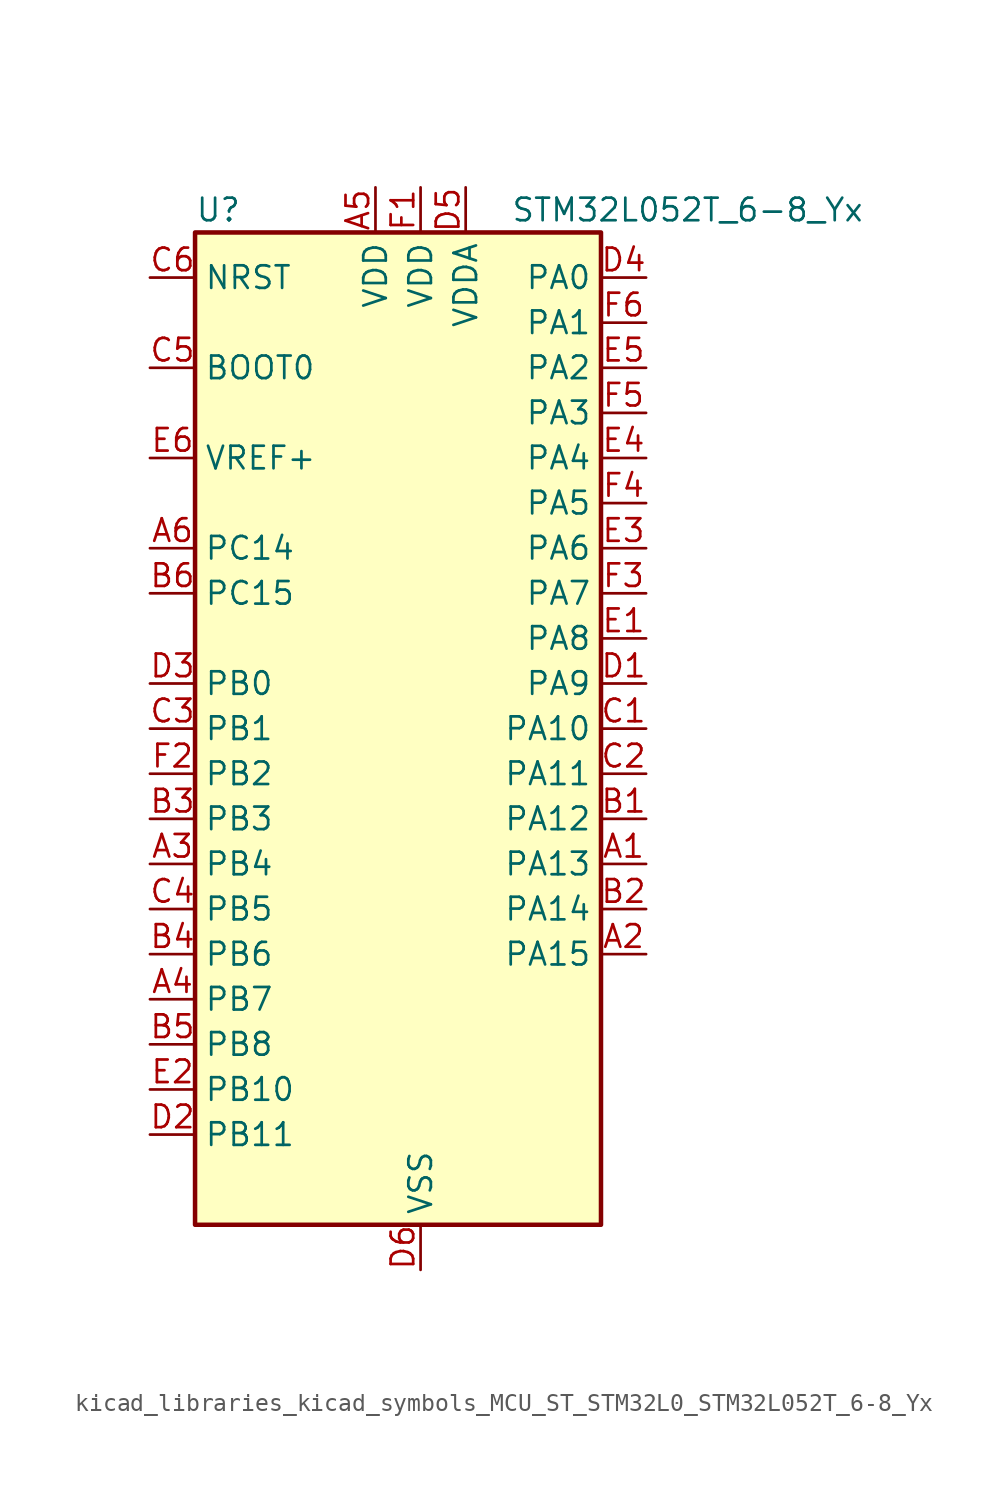
<source format=kicad_sym>
(kicad_symbol_lib
  (version 20220914)
  (generator kicad_symbol_editor)
  (symbol "kicad_libraries_kicad_symbols_MCU_ST_STM32L0_STM32L052T_6-8_Yx"
    (property "Reference" "U"
      (at -10.16 29.21 0)
      (effects (font (size 1.27 1.27)) (justify left)))
    (property "Value" "STM32L052T_6-8_Yx"
      (at 7.62 29.21 0)
      (effects (font (size 1.27 1.27)) (justify left)))
    (property "ki_locked" ""
      (at 0 0 0)
      (effects (font (size 1.27 1.27))))
    (symbol "kicad_libraries_kicad_symbols_MCU_ST_STM32L0_STM32L052T_6-8_Yx_0_1"
      (rectangle (start -10.16 -27.94) (end 12.7 27.94) (stroke (width 0.254) (type default)) (fill (type background))))
    (symbol "kicad_libraries_kicad_symbols_MCU_ST_STM32L0_STM32L052T_6-8_Yx_1_1"
      (pin bidirectional line (at 15.24 -7.62 180) (length 2.54) (name "PA13" (effects (font (size 1.27 1.27)))) (number "A1" (effects (font (size 1.27 1.27)))) (alternate "SYS_SWDIO" bidirectional line) (alternate "USB_NOE" bidirectional line))
      (pin bidirectional line (at 15.24 -12.7 180) (length 2.54) (name "PA15" (effects (font (size 1.27 1.27)))) (number "A2" (effects (font (size 1.27 1.27)))) (alternate "SPI1_NSS" bidirectional line) (alternate "TIM2_CH1" bidirectional line) (alternate "TIM2_ETR" bidirectional line) (alternate "USART2_RX" bidirectional line))
      (pin bidirectional line (at -12.7 -7.62 0) (length 2.54) (name "PB4" (effects (font (size 1.27 1.27)))) (number "A3" (effects (font (size 1.27 1.27)))) (alternate "COMP2_INP" bidirectional line) (alternate "SPI1_MISO" bidirectional line) (alternate "TIM22_CH1" bidirectional line) (alternate "TSC_G5_IO2" bidirectional line))
      (pin bidirectional line (at -12.7 -15.24 0) (length 2.54) (name "PB7" (effects (font (size 1.27 1.27)))) (number "A4" (effects (font (size 1.27 1.27)))) (alternate "COMP2_INP" bidirectional line) (alternate "I2C1_SDA" bidirectional line) (alternate "LPTIM1_IN2" bidirectional line) (alternate "SYS_PVD_IN" bidirectional line) (alternate "TSC_G5_IO4" bidirectional line) (alternate "USART1_RX" bidirectional line))
      (pin power_in line (at 0 30.48 270) (length 2.54) (name "VDD" (effects (font (size 1.27 1.27)))) (number "A5" (effects (font (size 1.27 1.27)))))
      (pin bidirectional line (at -12.7 10.16 0) (length 2.54) (name "PC14" (effects (font (size 1.27 1.27)))) (number "A6" (effects (font (size 1.27 1.27)))) (alternate "RCC_OSC32_IN" bidirectional line))
      (pin bidirectional line (at 15.24 -5.08 180) (length 2.54) (name "PA12" (effects (font (size 1.27 1.27)))) (number "B1" (effects (font (size 1.27 1.27)))) (alternate "COMP2_OUT" bidirectional line) (alternate "SPI1_MOSI" bidirectional line) (alternate "TSC_G4_IO4" bidirectional line) (alternate "USART1_DE" bidirectional line) (alternate "USART1_RTS" bidirectional line) (alternate "USB_DP" bidirectional line))
      (pin bidirectional line (at 15.24 -10.16 180) (length 2.54) (name "PA14" (effects (font (size 1.27 1.27)))) (number "B2" (effects (font (size 1.27 1.27)))) (alternate "SYS_SWCLK" bidirectional line) (alternate "USART2_TX" bidirectional line))
      (pin bidirectional line (at -12.7 -5.08 0) (length 2.54) (name "PB3" (effects (font (size 1.27 1.27)))) (number "B3" (effects (font (size 1.27 1.27)))) (alternate "COMP2_INM" bidirectional line) (alternate "SPI1_SCK" bidirectional line) (alternate "TIM2_CH2" bidirectional line) (alternate "TSC_G5_IO1" bidirectional line))
      (pin bidirectional line (at -12.7 -12.7 0) (length 2.54) (name "PB6" (effects (font (size 1.27 1.27)))) (number "B4" (effects (font (size 1.27 1.27)))) (alternate "COMP2_INP" bidirectional line) (alternate "I2C1_SCL" bidirectional line) (alternate "LPTIM1_ETR" bidirectional line) (alternate "TSC_G5_IO3" bidirectional line) (alternate "USART1_TX" bidirectional line))
      (pin bidirectional line (at -12.7 -17.78 0) (length 2.54) (name "PB8" (effects (font (size 1.27 1.27)))) (number "B5" (effects (font (size 1.27 1.27)))) (alternate "I2C1_SCL" bidirectional line) (alternate "TSC_SYNC" bidirectional line))
      (pin bidirectional line (at -12.7 7.62 0) (length 2.54) (name "PC15" (effects (font (size 1.27 1.27)))) (number "B6" (effects (font (size 1.27 1.27)))) (alternate "RCC_OSC32_OUT" bidirectional line))
      (pin bidirectional line (at 15.24 0 180) (length 2.54) (name "PA10" (effects (font (size 1.27 1.27)))) (number "C1" (effects (font (size 1.27 1.27)))) (alternate "TSC_G4_IO2" bidirectional line) (alternate "USART1_RX" bidirectional line))
      (pin bidirectional line (at 15.24 -2.54 180) (length 2.54) (name "PA11" (effects (font (size 1.27 1.27)))) (number "C2" (effects (font (size 1.27 1.27)))) (alternate "ADC_EXTI11" bidirectional line) (alternate "COMP1_OUT" bidirectional line) (alternate "SPI1_MISO" bidirectional line) (alternate "TSC_G4_IO3" bidirectional line) (alternate "USART1_CTS" bidirectional line) (alternate "USB_DM" bidirectional line))
      (pin bidirectional line (at -12.7 0 0) (length 2.54) (name "PB1" (effects (font (size 1.27 1.27)))) (number "C3" (effects (font (size 1.27 1.27)))) (alternate "ADC_IN9" bidirectional line) (alternate "LPUART1_DE" bidirectional line) (alternate "LPUART1_RTS" bidirectional line) (alternate "SYS_VREF_OUT_PB1" bidirectional line) (alternate "TSC_G3_IO3" bidirectional line))
      (pin bidirectional line (at -12.7 -10.16 0) (length 2.54) (name "PB5" (effects (font (size 1.27 1.27)))) (number "C4" (effects (font (size 1.27 1.27)))) (alternate "COMP2_INP" bidirectional line) (alternate "I2C1_SMBA" bidirectional line) (alternate "LPTIM1_IN1" bidirectional line) (alternate "SPI1_MOSI" bidirectional line) (alternate "TIM22_CH2" bidirectional line))
      (pin input line (at -12.7 20.32 0) (length 2.54) (name "BOOT0" (effects (font (size 1.27 1.27)))) (number "C5" (effects (font (size 1.27 1.27)))))
      (pin input line (at -12.7 25.4 0) (length 2.54) (name "NRST" (effects (font (size 1.27 1.27)))) (number "C6" (effects (font (size 1.27 1.27)))))
      (pin bidirectional line (at 15.24 2.54 180) (length 2.54) (name "PA9" (effects (font (size 1.27 1.27)))) (number "D1" (effects (font (size 1.27 1.27)))) (alternate "DAC_EXTI9" bidirectional line) (alternate "RCC_MCO" bidirectional line) (alternate "TSC_G4_IO1" bidirectional line) (alternate "USART1_TX" bidirectional line))
      (pin bidirectional line (at -12.7 -22.86 0) (length 2.54) (name "PB11" (effects (font (size 1.27 1.27)))) (number "D2" (effects (font (size 1.27 1.27)))) (alternate "ADC_EXTI11" bidirectional line) (alternate "I2C2_SDA" bidirectional line) (alternate "LPUART1_RX" bidirectional line) (alternate "TIM2_CH4" bidirectional line) (alternate "TSC_G6_IO1" bidirectional line))
      (pin bidirectional line (at -12.7 2.54 0) (length 2.54) (name "PB0" (effects (font (size 1.27 1.27)))) (number "D3" (effects (font (size 1.27 1.27)))) (alternate "ADC_IN8" bidirectional line) (alternate "SYS_VREF_OUT_PB0" bidirectional line) (alternate "TSC_G3_IO2" bidirectional line))
      (pin bidirectional line (at 15.24 25.4 180) (length 2.54) (name "PA0" (effects (font (size 1.27 1.27)))) (number "D4" (effects (font (size 1.27 1.27)))) (alternate "ADC_IN0" bidirectional line) (alternate "COMP1_INM" bidirectional line) (alternate "COMP1_OUT" bidirectional line) (alternate "RTC_TAMP2" bidirectional line) (alternate "SYS_WKUP1" bidirectional line) (alternate "TIM2_CH1" bidirectional line) (alternate "TIM2_ETR" bidirectional line) (alternate "TSC_G1_IO1" bidirectional line) (alternate "USART2_CTS" bidirectional line))
      (pin power_in line (at 5.08 30.48 270) (length 2.54) (name "VDDA" (effects (font (size 1.27 1.27)))) (number "D5" (effects (font (size 1.27 1.27)))))
      (pin power_in line (at 2.54 -30.48 90) (length 2.54) (name "VSS" (effects (font (size 1.27 1.27)))) (number "D6" (effects (font (size 1.27 1.27)))))
      (pin bidirectional line (at 15.24 5.08 180) (length 2.54) (name "PA8" (effects (font (size 1.27 1.27)))) (number "E1" (effects (font (size 1.27 1.27)))) (alternate "CRS_SYNC" bidirectional line) (alternate "RCC_MCO" bidirectional line) (alternate "USART1_CK" bidirectional line))
      (pin bidirectional line (at -12.7 -20.32 0) (length 2.54) (name "PB10" (effects (font (size 1.27 1.27)))) (number "E2" (effects (font (size 1.27 1.27)))) (alternate "I2C2_SCL" bidirectional line) (alternate "LPUART1_TX" bidirectional line) (alternate "TIM2_CH3" bidirectional line) (alternate "TSC_SYNC" bidirectional line))
      (pin bidirectional line (at 15.24 10.16 180) (length 2.54) (name "PA6" (effects (font (size 1.27 1.27)))) (number "E3" (effects (font (size 1.27 1.27)))) (alternate "ADC_IN6" bidirectional line) (alternate "COMP1_OUT" bidirectional line) (alternate "LPUART1_CTS" bidirectional line) (alternate "SPI1_MISO" bidirectional line) (alternate "TIM22_CH1" bidirectional line) (alternate "TSC_G2_IO3" bidirectional line))
      (pin bidirectional line (at 15.24 15.24 180) (length 2.54) (name "PA4" (effects (font (size 1.27 1.27)))) (number "E4" (effects (font (size 1.27 1.27)))) (alternate "ADC_IN4" bidirectional line) (alternate "COMP1_INM" bidirectional line) (alternate "COMP2_INM" bidirectional line) (alternate "DAC_OUT1" bidirectional line) (alternate "SPI1_NSS" bidirectional line) (alternate "TIM22_ETR" bidirectional line) (alternate "TSC_G2_IO1" bidirectional line) (alternate "USART2_CK" bidirectional line))
      (pin bidirectional line (at 15.24 20.32 180) (length 2.54) (name "PA2" (effects (font (size 1.27 1.27)))) (number "E5" (effects (font (size 1.27 1.27)))) (alternate "ADC_IN2" bidirectional line) (alternate "COMP2_INM" bidirectional line) (alternate "COMP2_OUT" bidirectional line) (alternate "TIM21_CH1" bidirectional line) (alternate "TIM2_CH3" bidirectional line) (alternate "TSC_G1_IO3" bidirectional line) (alternate "USART2_TX" bidirectional line))
      (pin input line (at -12.7 15.24 0) (length 2.54) (name "VREF+" (effects (font (size 1.27 1.27)))) (number "E6" (effects (font (size 1.27 1.27)))))
      (pin power_in line (at 2.54 30.48 270) (length 2.54) (name "VDD" (effects (font (size 1.27 1.27)))) (number "F1" (effects (font (size 1.27 1.27)))))
      (pin bidirectional line (at -12.7 -2.54 0) (length 2.54) (name "PB2" (effects (font (size 1.27 1.27)))) (number "F2" (effects (font (size 1.27 1.27)))) (alternate "LPTIM1_OUT" bidirectional line) (alternate "TSC_G3_IO4" bidirectional line))
      (pin bidirectional line (at 15.24 7.62 180) (length 2.54) (name "PA7" (effects (font (size 1.27 1.27)))) (number "F3" (effects (font (size 1.27 1.27)))) (alternate "ADC_IN7" bidirectional line) (alternate "COMP2_OUT" bidirectional line) (alternate "SPI1_MOSI" bidirectional line) (alternate "TIM22_CH2" bidirectional line) (alternate "TSC_G2_IO4" bidirectional line))
      (pin bidirectional line (at 15.24 12.7 180) (length 2.54) (name "PA5" (effects (font (size 1.27 1.27)))) (number "F4" (effects (font (size 1.27 1.27)))) (alternate "ADC_IN5" bidirectional line) (alternate "COMP1_INM" bidirectional line) (alternate "COMP2_INM" bidirectional line) (alternate "SPI1_SCK" bidirectional line) (alternate "TIM2_CH1" bidirectional line) (alternate "TIM2_ETR" bidirectional line) (alternate "TSC_G2_IO2" bidirectional line))
      (pin bidirectional line (at 15.24 17.78 180) (length 2.54) (name "PA3" (effects (font (size 1.27 1.27)))) (number "F5" (effects (font (size 1.27 1.27)))) (alternate "ADC_IN3" bidirectional line) (alternate "COMP2_INP" bidirectional line) (alternate "TIM21_CH2" bidirectional line) (alternate "TIM2_CH4" bidirectional line) (alternate "TSC_G1_IO4" bidirectional line) (alternate "USART2_RX" bidirectional line))
      (pin bidirectional line (at 15.24 22.86 180) (length 2.54) (name "PA1" (effects (font (size 1.27 1.27)))) (number "F6" (effects (font (size 1.27 1.27)))) (alternate "ADC_IN1" bidirectional line) (alternate "COMP1_INP" bidirectional line) (alternate "TIM21_ETR" bidirectional line) (alternate "TIM2_CH2" bidirectional line) (alternate "TSC_G1_IO2" bidirectional line) (alternate "USART2_DE" bidirectional line) (alternate "USART2_RTS" bidirectional line)))))
</source>
